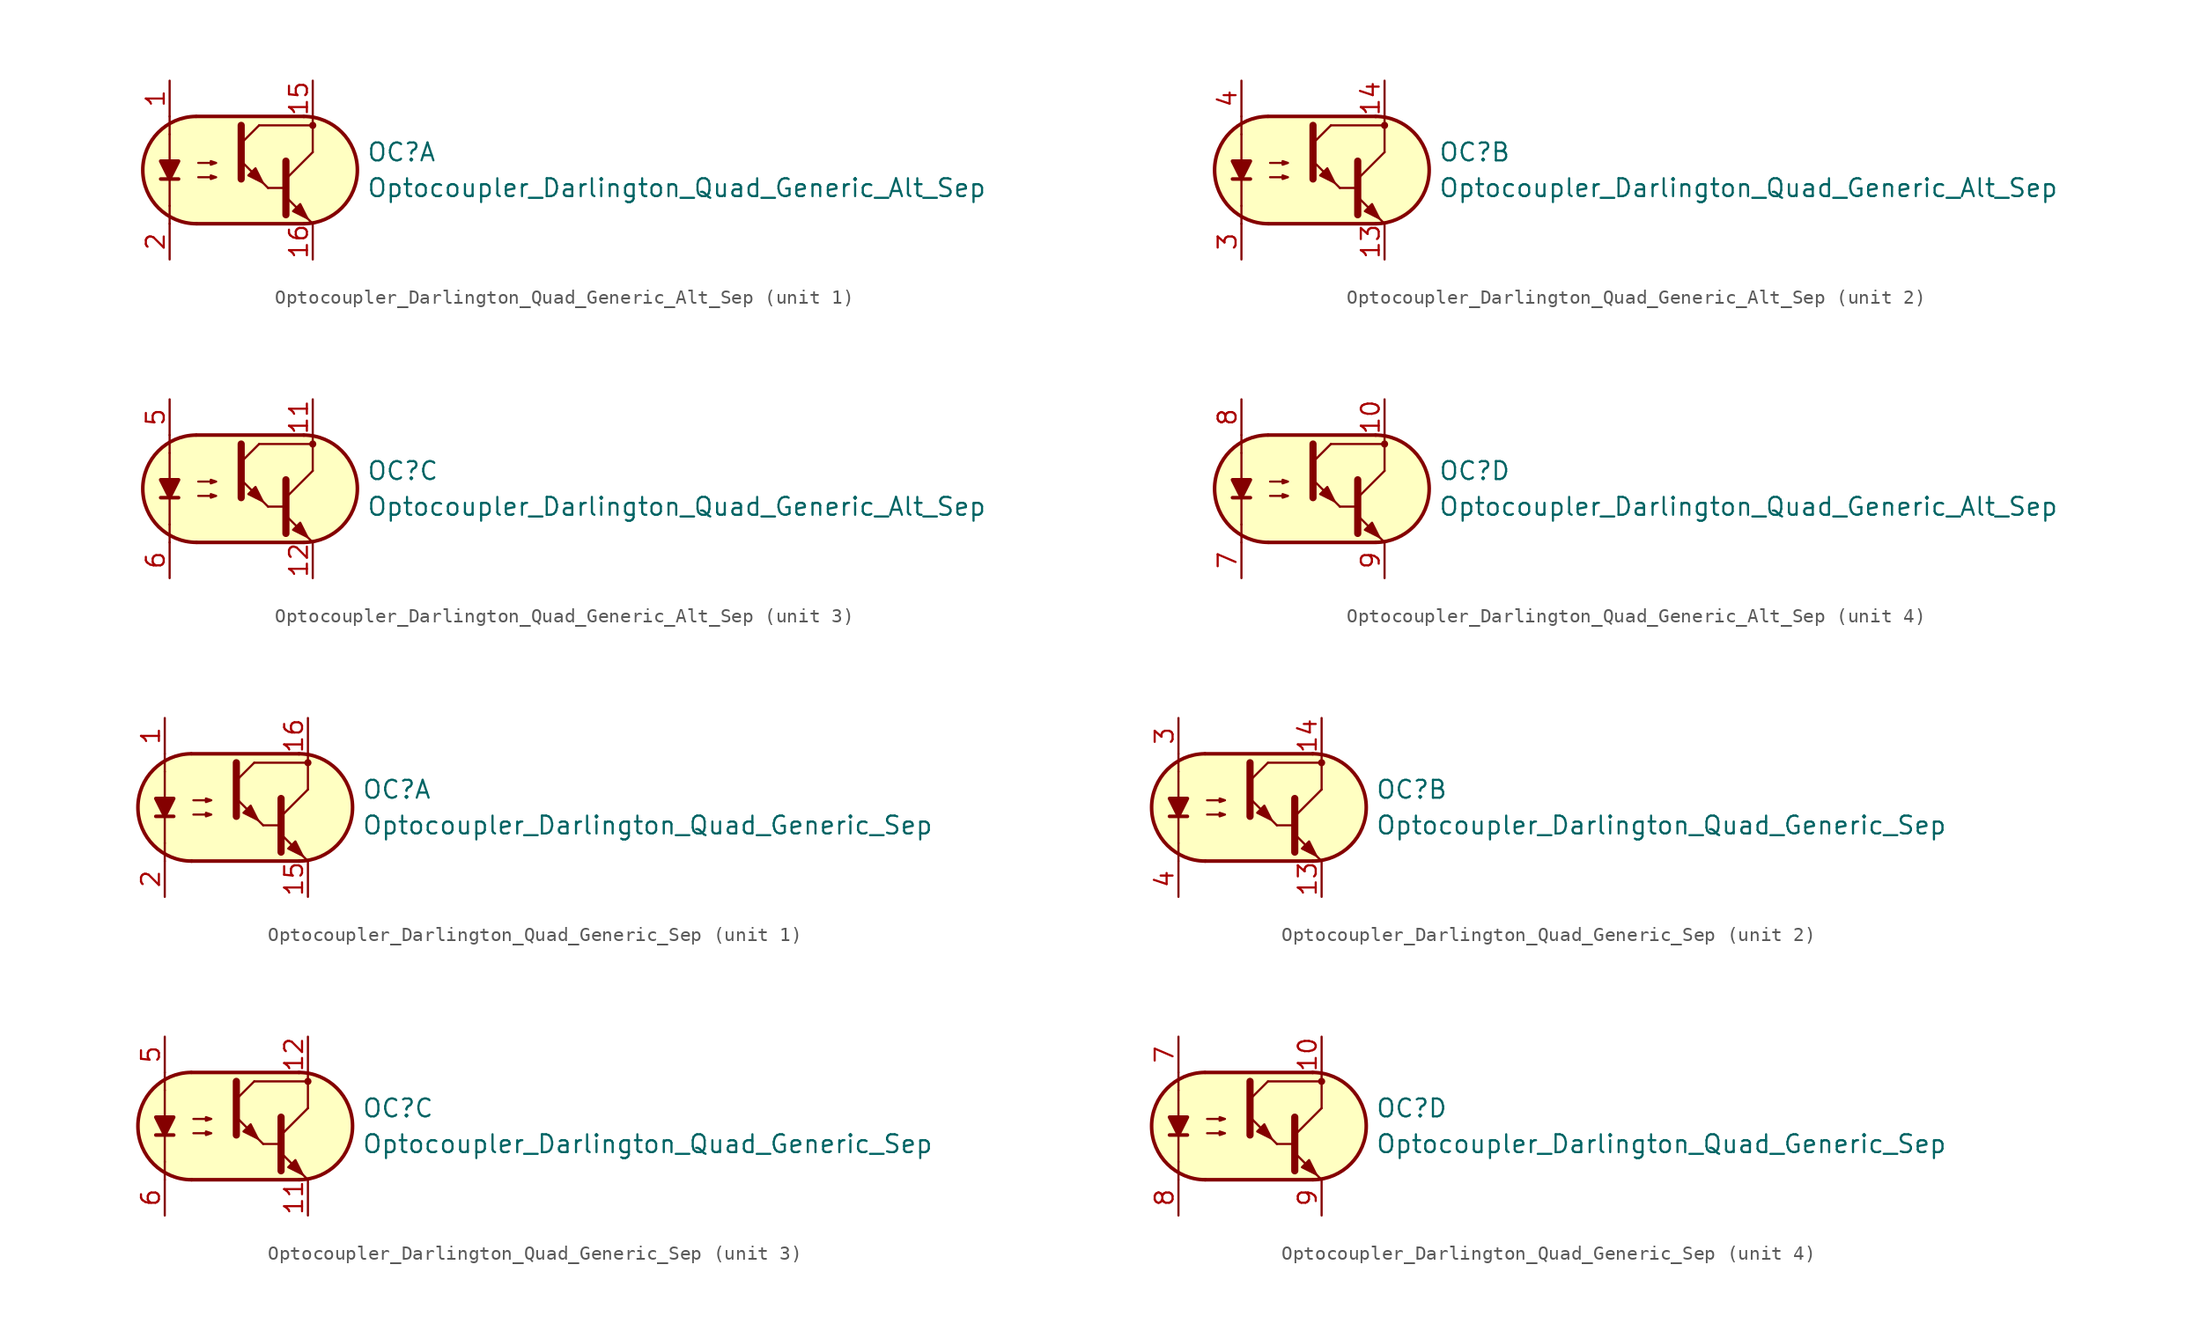
<source format=kicad_sym>
(kicad_symbol_lib
  (version 20231120)
  (generator "kicad_symbol_editor")
  (generator_version "8.0")
  (symbol "Optocoupler_Darlington_Quad_Generic_Alt_Sep"
    (pin_names
      (offset 1.016))
    (property "Reference" "OC"
      (at 8.89 1.27 0)
      (effects (font (size 1.27 1.27)) (justify left)))
    (property "Value" "Optocoupler_Darlington_Quad_Generic_Alt_Sep"
      (at 8.89 -1.27 0)
      (effects (font (size 1.27 1.27)) (justify left)))
    (property "ki_locked" ""
      (at 0 0 0)
      (effects (font (size 1.27 1.27))))
    (symbol "Optocoupler_Darlington_Quad_Generic_Alt_Sep_0_1"
      (arc (start -3.2135 3.8099) (mid -6.9851 -0.016) (end -3.1816 -3.8101) (stroke (width 0.254) (type default)) (fill (type none)))
      (polyline (pts (xy -5.08 -2.54) (xy -5.08 -3.81)) (stroke (width 0.152) (type default)) (fill (type none)))
      (polyline (pts (xy -5.08 -2.54) (xy -5.08 2.54)) (stroke (width 0.152) (type default)) (fill (type none)))
      (polyline (pts (xy -5.08 2.54) (xy -5.08 3.81)) (stroke (width 0.152) (type default)) (fill (type none)))
      (polyline (pts (xy -3.175 -3.81) (xy 4.445 -3.81)) (stroke (width 0.254) (type default)) (fill (type none)))
      (polyline (pts (xy 1.27 3.175) (xy 5.08 3.175)) (stroke (width 0.152) (type default)) (fill (type none)))
      (polyline (pts (xy 1.905 -1.27) (xy 3.175 -1.27)) (stroke (width 0) (type default)) (fill (type none)))
      (polyline (pts (xy 3.175 -0.635) (xy 5.08 1.27)) (stroke (width 0) (type default)) (fill (type none)))
      (polyline (pts (xy 4.445 3.81) (xy -3.175 3.81)) (stroke (width 0.254) (type default)) (fill (type none)))
      (polyline (pts (xy 5.08 -3.81) (xy 3.175 -1.905)) (stroke (width 0) (type default)) (fill (type outline)))
      (polyline (pts (xy 5.08 1.27) (xy 5.08 3.81)) (stroke (width 0.152) (type default)) (fill (type none)))
      (polyline (pts (xy 3.175 0.635) (xy 3.175 -3.175) (xy 3.175 -3.175)) (stroke (width 0.508) (type default)) (fill (type none)))
      (polyline (pts (xy -3.048 -0.508) (xy -1.778 -0.508) (xy -2.159 -0.635) (xy -2.159 -0.381) (xy -1.778 -0.508)) (stroke (width 0) (type default)) (fill (type none)))
      (polyline (pts (xy -3.048 0.508) (xy -1.778 0.508) (xy -2.159 0.381) (xy -2.159 0.635) (xy -1.778 0.508)) (stroke (width 0) (type default)) (fill (type none)))
      (polyline (pts (xy 3.683 -2.921) (xy 4.191 -2.413) (xy 4.699 -3.429) (xy 3.683 -2.921) (xy 3.683 -2.921)) (stroke (width 0) (type default)) (fill (type outline)))
      (polyline (pts (xy 4.445 3.81) (xy -2.921 3.81) (xy -3.302 3.81) (xy -3.556 3.81) (xy -4.191 3.683) (xy -4.826 3.429) (xy -5.334 3.175) (xy -6.223 2.286) (xy -6.858 1.016) (xy -6.985 -0.127) (xy -6.731 -1.27) (xy -6.096 -2.413) (xy -5.08 -3.302) (xy -3.556 -3.81) (xy 4.826 -3.81) (xy 5.842 -3.556) (xy 6.858 -2.921) (xy 7.62 -2.159) (xy 8.001 -1.397) (xy 8.255 -0.127) (xy 8.128 0.889) (xy 7.874 1.651) (xy 7.493 2.286) (xy 6.985 2.794) (xy 6.35 3.302) (xy 5.461 3.683) (xy 4.445 3.81)) (stroke (width 0.01) (type default)) (fill (type background)))
      (arc (start 4.4769 -3.81) (mid 8.2485 0.0159) (end 4.445 3.81) (stroke (width 0.254) (type default)) (fill (type none))))
    (symbol "Optocoupler_Darlington_Quad_Generic_Alt_Sep_1_1"
      (polyline (pts (xy -5.715 -0.635) (xy -4.445 -0.635)) (stroke (width 0.254) (type default)) (fill (type none)))
      (polyline (pts (xy 0 1.905) (xy 1.27 3.175)) (stroke (width 0) (type default)) (fill (type none)))
      (polyline (pts (xy 1.905 -1.27) (xy 0 0.635)) (stroke (width 0) (type default)) (fill (type outline)))
      (polyline (pts (xy 0 3.175) (xy 0 -0.635) (xy 0 -0.635)) (stroke (width 0.508) (type default)) (fill (type none)))
      (polyline (pts (xy -5.08 -0.635) (xy -5.715 0.635) (xy -4.445 0.635) (xy -5.08 -0.635)) (stroke (width 0.254) (type default)) (fill (type outline)))
      (polyline (pts (xy 0.508 -0.381) (xy 1.016 0.127) (xy 1.524 -0.889) (xy 0.508 -0.381) (xy 0.508 -0.381)) (stroke (width 0) (type default)) (fill (type outline)))
      (circle (center 5.08 3.175) (radius 0.178) (stroke (width 0) (type default)) (fill (type outline)))
      (pin passive line (at -5.08 6.35 270) (length 2.54) (name "~" (effects (font (size 1.27 1.27)))) (number "1" (effects (font (size 1.27 1.27)))))
      (pin passive line (at 5.08 6.35 270) (length 2.54) (name "~" (effects (font (size 1.27 1.27)))) (number "15" (effects (font (size 1.27 1.27)))))
      (pin passive line (at 5.08 -6.35 90) (length 2.54) (name "~" (effects (font (size 1.27 1.27)))) (number "16" (effects (font (size 1.27 1.27)))))
      (pin passive line (at -5.08 -6.35 90) (length 2.54) (name "~" (effects (font (size 1.27 1.27)))) (number "2" (effects (font (size 1.27 1.27))))))
    (symbol "Optocoupler_Darlington_Quad_Generic_Alt_Sep_2_1"
      (polyline (pts (xy -5.715 -0.635) (xy -4.445 -0.635)) (stroke (width 0.254) (type default)) (fill (type none)))
      (polyline (pts (xy 0 1.905) (xy 1.27 3.175)) (stroke (width 0) (type default)) (fill (type none)))
      (polyline (pts (xy 1.905 -1.27) (xy 0 0.635)) (stroke (width 0) (type default)) (fill (type outline)))
      (polyline (pts (xy 0 3.175) (xy 0 -0.635) (xy 0 -0.635)) (stroke (width 0.508) (type default)) (fill (type none)))
      (polyline (pts (xy -5.08 -0.635) (xy -5.715 0.635) (xy -4.445 0.635) (xy -5.08 -0.635)) (stroke (width 0.254) (type default)) (fill (type outline)))
      (polyline (pts (xy 0.508 -0.381) (xy 1.016 0.127) (xy 1.524 -0.889) (xy 0.508 -0.381) (xy 0.508 -0.381)) (stroke (width 0) (type default)) (fill (type outline)))
      (circle (center 5.08 3.175) (radius 0.178) (stroke (width 0) (type default)) (fill (type outline)))
      (pin passive line (at 5.08 -6.35 90) (length 2.54) (name "~" (effects (font (size 1.27 1.27)))) (number "13" (effects (font (size 1.27 1.27)))))
      (pin passive line (at 5.08 6.35 270) (length 2.54) (name "~" (effects (font (size 1.27 1.27)))) (number "14" (effects (font (size 1.27 1.27)))))
      (pin passive line (at -5.08 -6.35 90) (length 2.54) (name "~" (effects (font (size 1.27 1.27)))) (number "3" (effects (font (size 1.27 1.27)))))
      (pin passive line (at -5.08 6.35 270) (length 2.54) (name "~" (effects (font (size 1.27 1.27)))) (number "4" (effects (font (size 1.27 1.27))))))
    (symbol "Optocoupler_Darlington_Quad_Generic_Alt_Sep_3_1"
      (polyline (pts (xy -5.715 -0.635) (xy -4.445 -0.635)) (stroke (width 0.254) (type default)) (fill (type none)))
      (polyline (pts (xy 0 1.905) (xy 1.27 3.175)) (stroke (width 0) (type default)) (fill (type none)))
      (polyline (pts (xy 1.905 -1.27) (xy 0 0.635)) (stroke (width 0) (type default)) (fill (type outline)))
      (polyline (pts (xy 0 3.175) (xy 0 -0.635) (xy 0 -0.635)) (stroke (width 0.508) (type default)) (fill (type none)))
      (polyline (pts (xy -5.08 -0.635) (xy -5.715 0.635) (xy -4.445 0.635) (xy -5.08 -0.635)) (stroke (width 0.254) (type default)) (fill (type outline)))
      (polyline (pts (xy 0.508 -0.381) (xy 1.016 0.127) (xy 1.524 -0.889) (xy 0.508 -0.381) (xy 0.508 -0.381)) (stroke (width 0) (type default)) (fill (type outline)))
      (circle (center 5.08 3.175) (radius 0.178) (stroke (width 0) (type default)) (fill (type outline)))
      (pin passive line (at 5.08 6.35 270) (length 2.54) (name "~" (effects (font (size 1.27 1.27)))) (number "11" (effects (font (size 1.27 1.27)))))
      (pin passive line (at 5.08 -6.35 90) (length 2.54) (name "~" (effects (font (size 1.27 1.27)))) (number "12" (effects (font (size 1.27 1.27)))))
      (pin passive line (at -5.08 6.35 270) (length 2.54) (name "~" (effects (font (size 1.27 1.27)))) (number "5" (effects (font (size 1.27 1.27)))))
      (pin passive line (at -5.08 -6.35 90) (length 2.54) (name "~" (effects (font (size 1.27 1.27)))) (number "6" (effects (font (size 1.27 1.27))))))
    (symbol "Optocoupler_Darlington_Quad_Generic_Alt_Sep_4_1"
      (polyline (pts (xy -5.715 -0.635) (xy -4.445 -0.635)) (stroke (width 0.254) (type default)) (fill (type none)))
      (polyline (pts (xy 0 1.905) (xy 1.27 3.175)) (stroke (width 0) (type default)) (fill (type none)))
      (polyline (pts (xy 1.905 -1.27) (xy 0 0.635)) (stroke (width 0) (type default)) (fill (type outline)))
      (polyline (pts (xy 0 3.175) (xy 0 -0.635) (xy 0 -0.635)) (stroke (width 0.508) (type default)) (fill (type none)))
      (polyline (pts (xy -5.08 -0.635) (xy -5.715 0.635) (xy -4.445 0.635) (xy -5.08 -0.635)) (stroke (width 0.254) (type default)) (fill (type outline)))
      (polyline (pts (xy 0.508 -0.381) (xy 1.016 0.127) (xy 1.524 -0.889) (xy 0.508 -0.381) (xy 0.508 -0.381)) (stroke (width 0) (type default)) (fill (type outline)))
      (circle (center 5.08 3.175) (radius 0.178) (stroke (width 0) (type default)) (fill (type outline)))
      (pin passive line (at 5.08 6.35 270) (length 2.54) (name "~" (effects (font (size 1.27 1.27)))) (number "10" (effects (font (size 1.27 1.27)))))
      (pin passive line (at -5.08 -6.35 90) (length 2.54) (name "~" (effects (font (size 1.27 1.27)))) (number "7" (effects (font (size 1.27 1.27)))))
      (pin passive line (at -5.08 6.35 270) (length 2.54) (name "~" (effects (font (size 1.27 1.27)))) (number "8" (effects (font (size 1.27 1.27)))))
      (pin passive line (at 5.08 -6.35 90) (length 2.54) (name "~" (effects (font (size 1.27 1.27)))) (number "9" (effects (font (size 1.27 1.27)))))))
  (symbol "Optocoupler_Darlington_Quad_Generic_Sep"
    (pin_names
      (offset 1.016))
    (property "Reference" "OC"
      (at 8.89 1.27 0)
      (effects (font (size 1.27 1.27)) (justify left)))
    (property "Value" "Optocoupler_Darlington_Quad_Generic_Sep"
      (at 8.89 -1.27 0)
      (effects (font (size 1.27 1.27)) (justify left)))
    (property "ki_locked" ""
      (at 0 0 0)
      (effects (font (size 1.27 1.27))))
    (symbol "Optocoupler_Darlington_Quad_Generic_Sep_0_1"
      (arc (start -3.2135 3.8099) (mid -6.9851 -0.016) (end -3.1816 -3.8101) (stroke (width 0.254) (type default)) (fill (type none)))
      (polyline (pts (xy -5.08 -2.54) (xy -5.08 -3.81)) (stroke (width 0.152) (type default)) (fill (type none)))
      (polyline (pts (xy -5.08 -2.54) (xy -5.08 2.54)) (stroke (width 0.152) (type default)) (fill (type none)))
      (polyline (pts (xy -5.08 2.54) (xy -5.08 3.81)) (stroke (width 0.152) (type default)) (fill (type none)))
      (polyline (pts (xy -3.175 -3.81) (xy 4.445 -3.81)) (stroke (width 0.254) (type default)) (fill (type none)))
      (polyline (pts (xy 1.27 3.175) (xy 5.08 3.175)) (stroke (width 0.152) (type default)) (fill (type none)))
      (polyline (pts (xy 1.905 -1.27) (xy 3.175 -1.27)) (stroke (width 0) (type default)) (fill (type none)))
      (polyline (pts (xy 3.175 -0.635) (xy 5.08 1.27)) (stroke (width 0) (type default)) (fill (type none)))
      (polyline (pts (xy 4.445 3.81) (xy -3.175 3.81)) (stroke (width 0.254) (type default)) (fill (type none)))
      (polyline (pts (xy 5.08 -3.81) (xy 3.175 -1.905)) (stroke (width 0) (type default)) (fill (type outline)))
      (polyline (pts (xy 5.08 1.27) (xy 5.08 3.81)) (stroke (width 0.152) (type default)) (fill (type none)))
      (polyline (pts (xy 3.175 0.635) (xy 3.175 -3.175) (xy 3.175 -3.175)) (stroke (width 0.508) (type default)) (fill (type none)))
      (polyline (pts (xy -3.048 -0.508) (xy -1.778 -0.508) (xy -2.159 -0.635) (xy -2.159 -0.381) (xy -1.778 -0.508)) (stroke (width 0) (type default)) (fill (type none)))
      (polyline (pts (xy -3.048 0.508) (xy -1.778 0.508) (xy -2.159 0.381) (xy -2.159 0.635) (xy -1.778 0.508)) (stroke (width 0) (type default)) (fill (type none)))
      (polyline (pts (xy 3.683 -2.921) (xy 4.191 -2.413) (xy 4.699 -3.429) (xy 3.683 -2.921) (xy 3.683 -2.921)) (stroke (width 0) (type default)) (fill (type outline)))
      (polyline (pts (xy 4.445 3.81) (xy -2.921 3.81) (xy -3.302 3.81) (xy -3.556 3.81) (xy -4.191 3.683) (xy -4.826 3.429) (xy -5.334 3.175) (xy -6.223 2.286) (xy -6.858 1.016) (xy -6.985 -0.127) (xy -6.731 -1.27) (xy -6.096 -2.413) (xy -5.08 -3.302) (xy -3.556 -3.81) (xy 4.826 -3.81) (xy 5.842 -3.556) (xy 6.858 -2.921) (xy 7.62 -2.159) (xy 8.001 -1.397) (xy 8.255 -0.127) (xy 8.128 0.889) (xy 7.874 1.651) (xy 7.493 2.286) (xy 6.985 2.794) (xy 6.35 3.302) (xy 5.461 3.683) (xy 4.445 3.81)) (stroke (width 0.01) (type default)) (fill (type background)))
      (arc (start 4.4769 -3.81) (mid 8.2485 0.0159) (end 4.445 3.81) (stroke (width 0.254) (type default)) (fill (type none))))
    (symbol "Optocoupler_Darlington_Quad_Generic_Sep_1_1"
      (polyline (pts (xy -5.715 -0.635) (xy -4.445 -0.635)) (stroke (width 0.254) (type default)) (fill (type none)))
      (polyline (pts (xy 0 1.905) (xy 1.27 3.175)) (stroke (width 0) (type default)) (fill (type none)))
      (polyline (pts (xy 1.905 -1.27) (xy 0 0.635)) (stroke (width 0) (type default)) (fill (type outline)))
      (polyline (pts (xy 0 3.175) (xy 0 -0.635) (xy 0 -0.635)) (stroke (width 0.508) (type default)) (fill (type none)))
      (polyline (pts (xy -5.08 -0.635) (xy -5.715 0.635) (xy -4.445 0.635) (xy -5.08 -0.635)) (stroke (width 0.254) (type default)) (fill (type outline)))
      (polyline (pts (xy 0.508 -0.381) (xy 1.016 0.127) (xy 1.524 -0.889) (xy 0.508 -0.381) (xy 0.508 -0.381)) (stroke (width 0) (type default)) (fill (type outline)))
      (circle (center 5.08 3.175) (radius 0.178) (stroke (width 0) (type default)) (fill (type outline)))
      (pin passive line (at -5.08 6.35 270) (length 2.54) (name "~" (effects (font (size 1.27 1.27)))) (number "1" (effects (font (size 1.27 1.27)))))
      (pin passive line (at 5.08 -6.35 90) (length 2.54) (name "~" (effects (font (size 1.27 1.27)))) (number "15" (effects (font (size 1.27 1.27)))))
      (pin passive line (at 5.08 6.35 270) (length 2.54) (name "~" (effects (font (size 1.27 1.27)))) (number "16" (effects (font (size 1.27 1.27)))))
      (pin passive line (at -5.08 -6.35 90) (length 2.54) (name "~" (effects (font (size 1.27 1.27)))) (number "2" (effects (font (size 1.27 1.27))))))
    (symbol "Optocoupler_Darlington_Quad_Generic_Sep_2_1"
      (polyline (pts (xy -5.715 -0.635) (xy -4.445 -0.635)) (stroke (width 0.254) (type default)) (fill (type none)))
      (polyline (pts (xy 0 1.905) (xy 1.27 3.175)) (stroke (width 0) (type default)) (fill (type none)))
      (polyline (pts (xy 1.905 -1.27) (xy 0 0.635)) (stroke (width 0) (type default)) (fill (type outline)))
      (polyline (pts (xy 0 3.175) (xy 0 -0.635) (xy 0 -0.635)) (stroke (width 0.508) (type default)) (fill (type none)))
      (polyline (pts (xy -5.08 -0.635) (xy -5.715 0.635) (xy -4.445 0.635) (xy -5.08 -0.635)) (stroke (width 0.254) (type default)) (fill (type outline)))
      (polyline (pts (xy 0.508 -0.381) (xy 1.016 0.127) (xy 1.524 -0.889) (xy 0.508 -0.381) (xy 0.508 -0.381)) (stroke (width 0) (type default)) (fill (type outline)))
      (circle (center 5.08 3.175) (radius 0.178) (stroke (width 0) (type default)) (fill (type outline)))
      (pin passive line (at 5.08 -6.35 90) (length 2.54) (name "~" (effects (font (size 1.27 1.27)))) (number "13" (effects (font (size 1.27 1.27)))))
      (pin passive line (at 5.08 6.35 270) (length 2.54) (name "~" (effects (font (size 1.27 1.27)))) (number "14" (effects (font (size 1.27 1.27)))))
      (pin passive line (at -5.08 6.35 270) (length 2.54) (name "~" (effects (font (size 1.27 1.27)))) (number "3" (effects (font (size 1.27 1.27)))))
      (pin passive line (at -5.08 -6.35 90) (length 2.54) (name "~" (effects (font (size 1.27 1.27)))) (number "4" (effects (font (size 1.27 1.27))))))
    (symbol "Optocoupler_Darlington_Quad_Generic_Sep_3_1"
      (polyline (pts (xy -5.715 -0.635) (xy -4.445 -0.635)) (stroke (width 0.254) (type default)) (fill (type none)))
      (polyline (pts (xy 0 1.905) (xy 1.27 3.175)) (stroke (width 0) (type default)) (fill (type none)))
      (polyline (pts (xy 1.905 -1.27) (xy 0 0.635)) (stroke (width 0) (type default)) (fill (type outline)))
      (polyline (pts (xy 0 3.175) (xy 0 -0.635) (xy 0 -0.635)) (stroke (width 0.508) (type default)) (fill (type none)))
      (polyline (pts (xy -5.08 -0.635) (xy -5.715 0.635) (xy -4.445 0.635) (xy -5.08 -0.635)) (stroke (width 0.254) (type default)) (fill (type outline)))
      (polyline (pts (xy 0.508 -0.381) (xy 1.016 0.127) (xy 1.524 -0.889) (xy 0.508 -0.381) (xy 0.508 -0.381)) (stroke (width 0) (type default)) (fill (type outline)))
      (circle (center 5.08 3.175) (radius 0.178) (stroke (width 0) (type default)) (fill (type outline)))
      (pin passive line (at 5.08 -6.35 90) (length 2.54) (name "~" (effects (font (size 1.27 1.27)))) (number "11" (effects (font (size 1.27 1.27)))))
      (pin passive line (at 5.08 6.35 270) (length 2.54) (name "~" (effects (font (size 1.27 1.27)))) (number "12" (effects (font (size 1.27 1.27)))))
      (pin passive line (at -5.08 6.35 270) (length 2.54) (name "~" (effects (font (size 1.27 1.27)))) (number "5" (effects (font (size 1.27 1.27)))))
      (pin passive line (at -5.08 -6.35 90) (length 2.54) (name "~" (effects (font (size 1.27 1.27)))) (number "6" (effects (font (size 1.27 1.27))))))
    (symbol "Optocoupler_Darlington_Quad_Generic_Sep_4_1"
      (polyline (pts (xy -5.715 -0.635) (xy -4.445 -0.635)) (stroke (width 0.254) (type default)) (fill (type none)))
      (polyline (pts (xy 0 1.905) (xy 1.27 3.175)) (stroke (width 0) (type default)) (fill (type none)))
      (polyline (pts (xy 1.905 -1.27) (xy 0 0.635)) (stroke (width 0) (type default)) (fill (type outline)))
      (polyline (pts (xy 0 3.175) (xy 0 -0.635) (xy 0 -0.635)) (stroke (width 0.508) (type default)) (fill (type none)))
      (polyline (pts (xy -5.08 -0.635) (xy -5.715 0.635) (xy -4.445 0.635) (xy -5.08 -0.635)) (stroke (width 0.254) (type default)) (fill (type outline)))
      (polyline (pts (xy 0.508 -0.381) (xy 1.016 0.127) (xy 1.524 -0.889) (xy 0.508 -0.381) (xy 0.508 -0.381)) (stroke (width 0) (type default)) (fill (type outline)))
      (circle (center 5.08 3.175) (radius 0.178) (stroke (width 0) (type default)) (fill (type outline)))
      (pin passive line (at 5.08 6.35 270) (length 2.54) (name "~" (effects (font (size 1.27 1.27)))) (number "10" (effects (font (size 1.27 1.27)))))
      (pin passive line (at -5.08 6.35 270) (length 2.54) (name "~" (effects (font (size 1.27 1.27)))) (number "7" (effects (font (size 1.27 1.27)))))
      (pin passive line (at -5.08 -6.35 90) (length 2.54) (name "~" (effects (font (size 1.27 1.27)))) (number "8" (effects (font (size 1.27 1.27)))))
      (pin passive line (at 5.08 -6.35 90) (length 2.54) (name "~" (effects (font (size 1.27 1.27)))) (number "9" (effects (font (size 1.27 1.27))))))))
</source>
